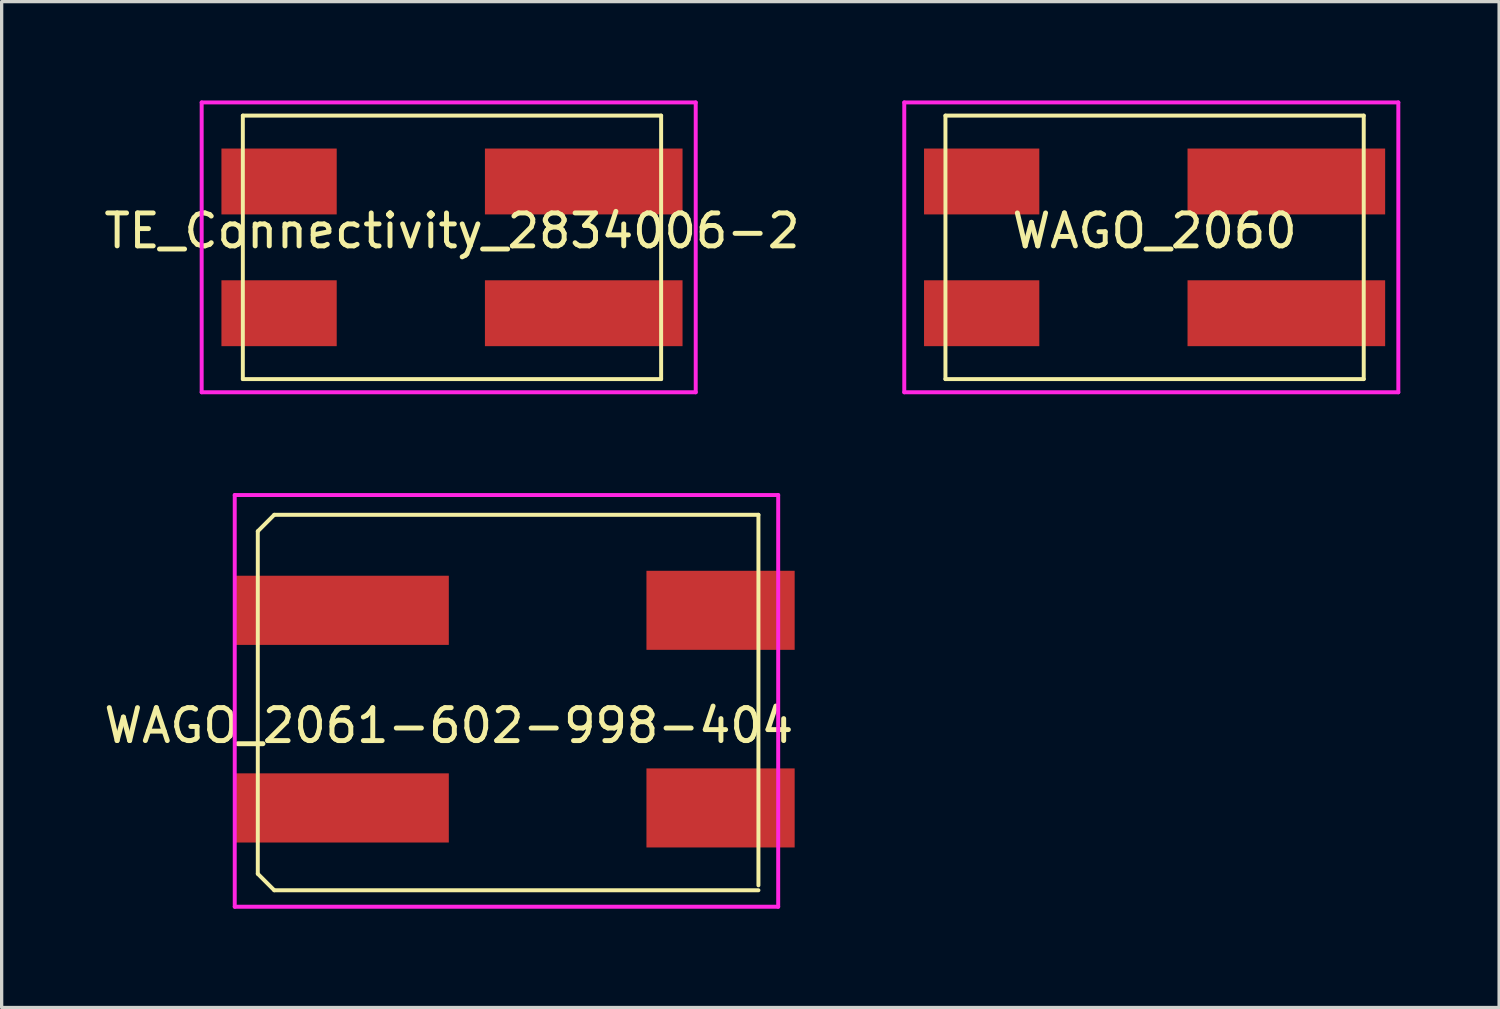
<source format=kicad_pcb>
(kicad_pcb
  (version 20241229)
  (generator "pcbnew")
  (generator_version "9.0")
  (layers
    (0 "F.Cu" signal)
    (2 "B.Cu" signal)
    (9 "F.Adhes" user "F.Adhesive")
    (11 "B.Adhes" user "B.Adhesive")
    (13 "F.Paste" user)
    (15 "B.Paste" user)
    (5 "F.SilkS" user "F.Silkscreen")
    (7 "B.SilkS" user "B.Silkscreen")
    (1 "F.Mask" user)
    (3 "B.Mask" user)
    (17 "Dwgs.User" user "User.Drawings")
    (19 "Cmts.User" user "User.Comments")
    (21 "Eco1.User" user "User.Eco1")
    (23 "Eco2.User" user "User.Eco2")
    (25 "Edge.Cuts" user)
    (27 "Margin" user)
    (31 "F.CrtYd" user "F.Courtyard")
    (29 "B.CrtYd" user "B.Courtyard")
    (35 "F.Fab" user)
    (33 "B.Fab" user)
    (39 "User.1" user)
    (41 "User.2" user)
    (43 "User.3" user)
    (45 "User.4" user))
  (footprint "TE_Connectivity_2834006-2"
    (layer "F.Cu")
    (at 10.673 3.86)
    (property "Reference" "TE_Connectivity_2834006-2" (at 0 0.1 180) (layer "F.SilkS") (effects (font (size 1 1) (thickness 0.15))))
    (attr through_hole)
    (fp_line (start -6.35 -3.4) (end 6.35 -3.4) (stroke (width 0.12) (type solid)) (layer "F.SilkS"))
    (fp_line (start -6.35 4.6) (end -6.35 -3.4) (stroke (width 0.12) (type solid)) (layer "F.SilkS"))
    (fp_line (start 6.35 -3.4) (end 6.35 4.6) (stroke (width 0.12) (type solid)) (layer "F.SilkS"))
    (fp_line (start 6.35 4.6) (end -6.35 4.6) (stroke (width 0.12) (type solid)) (layer "F.SilkS"))
    (fp_line (start -7.6 -3.8) (end 7.4 -3.8) (stroke (width 0.12) (type solid)) (layer "F.CrtYd"))
    (fp_line (start -7.6 5) (end -7.6 -3.8) (stroke (width 0.12) (type solid)) (layer "F.CrtYd"))
    (fp_line (start 7.4 -3.8) (end 7.4 5) (stroke (width 0.12) (type solid)) (layer "F.CrtYd"))
    (fp_line (start 7.4 5) (end -7.6 5) (stroke (width 0.12) (type solid)) (layer "F.CrtYd"))
    (pad "1" smd rect (at -5.25 -1.4 180) (size 3.5 2) (layers "F.Cu" "F.Mask" "F.Paste"))
    (pad "1" smd rect (at 4 -1.4 180) (size 6 2) (layers "F.Cu" "F.Mask" "F.Paste"))
    (pad "2" smd rect (at -5.25 2.6 180) (size 3.5 2) (layers "F.Cu" "F.Mask" "F.Paste"))
    (pad "2" smd rect (at 4 2.6 180) (size 6 2) (layers "F.Cu" "F.Mask" "F.Paste")))
  (footprint "WAGO_2061-602-998-404"
    (layer "F.Cu")
    (at 10.577 18.48)
    (property "Reference" "WAGO_2061-602-998-404" (at 0 0.5 0) (layer "F.SilkS") (effects (font (size 1 1) (thickness 0.15))))
    (attr through_hole)
    (fp_line (start -5.8 -5.4) (end -5.8 5) (stroke (width 0.12) (type solid)) (layer "F.SilkS"))
    (fp_line (start -5.8 5) (end -5.3 5.5) (stroke (width 0.12) (type solid)) (layer "F.SilkS"))
    (fp_line (start -5.3 -5.9) (end -5.8 -5.4) (stroke (width 0.12) (type solid)) (layer "F.SilkS"))
    (fp_line (start -5.3 -5.9) (end 9.4 -5.9) (stroke (width 0.12) (type solid)) (layer "F.SilkS"))
    (fp_line (start -5.3 5.5) (end 9.4 5.5) (stroke (width 0.12) (type solid)) (layer "F.SilkS"))
    (fp_line (start 9.4 5.35) (end 9.4 -5.9) (stroke (width 0.12) (type solid)) (layer "F.SilkS"))
    (fp_line (start -6.5 -6.5) (end 10 -6.5) (stroke (width 0.12) (type solid)) (layer "F.CrtYd"))
    (fp_line (start -6.5 6) (end -6.5 -6.5) (stroke (width 0.12) (type solid)) (layer "F.CrtYd"))
    (fp_line (start 10 -6.5) (end 10 6) (stroke (width 0.12) (type solid)) (layer "F.CrtYd"))
    (fp_line (start 10 6) (end -6.5 6) (stroke (width 0.12) (type solid)) (layer "F.CrtYd"))
    (pad "1" smd rect (at -3.25 -3) (size 6.5 2.1) (layers "F.Cu" "F.Mask" "F.Paste"))
    (pad "1" smd rect (at 8.25 -3) (size 4.5 2.4) (layers "F.Cu" "F.Mask" "F.Paste"))
    (pad "2" smd rect (at -3.25 3) (size 6.5 2.1) (layers "F.Cu" "F.Mask" "F.Paste"))
    (pad "2" smd rect (at 8.25 3) (size 4.5 2.4) (layers "F.Cu" "F.Mask" "F.Paste")))
  (footprint "WAGO_2060"
    (layer "F.Cu")
    (at 32.005 3.86)
    (property "Reference" "WAGO_2060" (at 0 0.1 180) (layer "F.SilkS") (effects (font (size 1 1) (thickness 0.15))))
    (attr through_hole)
    (fp_line (start -6.35 -3.4) (end 6.35 -3.4) (stroke (width 0.12) (type solid)) (layer "F.SilkS"))
    (fp_line (start -6.35 4.6) (end -6.35 -3.4) (stroke (width 0.12) (type solid)) (layer "F.SilkS"))
    (fp_line (start 6.35 -3.4) (end 6.35 4.6) (stroke (width 0.12) (type solid)) (layer "F.SilkS"))
    (fp_line (start 6.35 4.6) (end -6.35 4.6) (stroke (width 0.12) (type solid)) (layer "F.SilkS"))
    (fp_line (start -7.6 -3.8) (end 7.4 -3.8) (stroke (width 0.12) (type solid)) (layer "F.CrtYd"))
    (fp_line (start -7.6 5) (end -7.6 -3.8) (stroke (width 0.12) (type solid)) (layer "F.CrtYd"))
    (fp_line (start 7.4 -3.8) (end 7.4 5) (stroke (width 0.12) (type solid)) (layer "F.CrtYd"))
    (fp_line (start 7.4 5) (end -7.6 5) (stroke (width 0.12) (type solid)) (layer "F.CrtYd"))
    (pad "1" smd rect (at -5.25 -1.4 180) (size 3.5 2) (layers "F.Cu" "F.Mask" "F.Paste"))
    (pad "1" smd rect (at 4 -1.4 180) (size 6 2) (layers "F.Cu" "F.Mask" "F.Paste"))
    (pad "2" smd rect (at -5.25 2.6 180) (size 3.5 2) (layers "F.Cu" "F.Mask" "F.Paste"))
    (pad "2" smd rect (at 4 2.6 180) (size 6 2) (layers "F.Cu" "F.Mask" "F.Paste")))
  (gr_rect
    (start -3 -3)
    (end 42.465 27.54)
    (stroke (width 0.1) (type default))
    (fill no)
    (layer "Edge.Cuts")))
</source>
